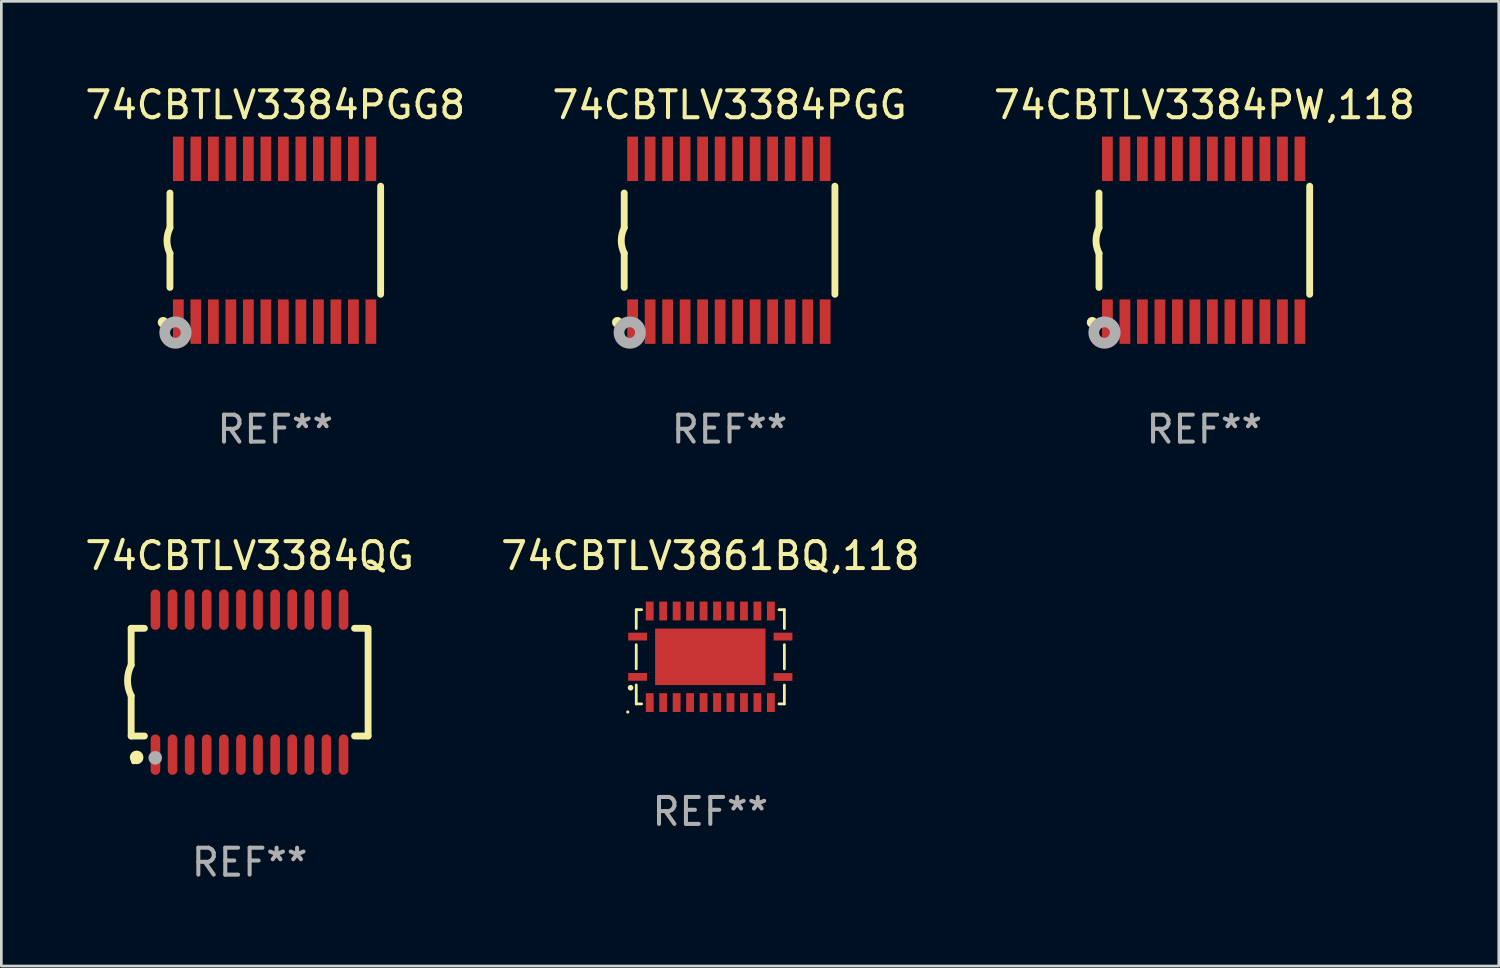
<source format=kicad_pcb>
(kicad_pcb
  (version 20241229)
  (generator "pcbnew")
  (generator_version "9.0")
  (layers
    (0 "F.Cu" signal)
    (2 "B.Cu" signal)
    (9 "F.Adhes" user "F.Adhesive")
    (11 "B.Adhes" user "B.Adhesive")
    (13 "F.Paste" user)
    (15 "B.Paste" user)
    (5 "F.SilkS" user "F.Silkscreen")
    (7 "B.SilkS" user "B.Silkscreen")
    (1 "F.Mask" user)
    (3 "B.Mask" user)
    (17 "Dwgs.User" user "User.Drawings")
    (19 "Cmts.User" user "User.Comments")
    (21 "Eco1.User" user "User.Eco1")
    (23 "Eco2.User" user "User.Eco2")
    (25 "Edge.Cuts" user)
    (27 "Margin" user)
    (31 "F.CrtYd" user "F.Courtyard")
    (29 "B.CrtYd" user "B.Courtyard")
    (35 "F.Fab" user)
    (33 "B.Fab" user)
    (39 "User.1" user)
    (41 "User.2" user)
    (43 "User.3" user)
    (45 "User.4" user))
  (footprint "74CBTLV3384QG"
    (layer "F.Cu")
    (at 6.22 22.282)
    (property "Reference" "74CBTLV3384QG" (at 0 -4.692 0) (layer "F.SilkS") (effects (font (size 1 1) (thickness 0.15))))
    (attr through_hole)
    (fp_line (start -4.399 -2) (end -4.399 -0.635) (stroke (width 0.254) (type solid)) (layer "F.SilkS"))
    (fp_line (start -4.399 -2) (end -3.907 -2) (stroke (width 0.254) (type solid)) (layer "F.SilkS"))
    (fp_line (start -4.399 2) (end -4.399 0.508) (stroke (width 0.254) (type solid)) (layer "F.SilkS"))
    (fp_line (start -4.399 2) (end -3.907 2) (stroke (width 0.254) (type solid)) (layer "F.SilkS"))
    (fp_line (start 3.896 -2) (end 4.313 -2) (stroke (width 0.254) (type solid)) (layer "F.SilkS"))
    (fp_line (start 3.896 2) (end 4.399 2) (stroke (width 0.254) (type solid)) (layer "F.SilkS"))
    (fp_line (start 4.399 2) (end 4.399 -2) (stroke (width 0.254) (type solid)) (layer "F.SilkS"))
    (fp_arc (start -4.399301 0.508001) (mid -4.534214 -0.0635) (end -4.399301 -0.635001) (stroke (width 0.254001) (type solid)) (layer "F.SilkS"))
    (fp_circle (center -4.305 2.95) (end -4.255 2.95) (stroke (width 0.1) (type solid)) (fill no) (layer "F.SilkS"))
    (fp_circle (center -4.196 2.794) (end -4.069 2.794) (stroke (width 0.254) (type solid)) (fill no) (layer "F.SilkS"))
    (fp_circle (center -3.505 2.81) (end -3.378 2.81) (stroke (width 0.254) (type solid)) (fill no) (layer "F.Fab"))
    (fp_text user "REF**" (at 0 6.692 0) (layer "F.Fab") (effects (font (size 1 1) (thickness 0.15))))
    (pad "1" smd oval (at -3.498 2.692 90) (size 1.5 0.356) (layers "F.Cu" "F.Mask" "F.Paste"))
    (pad "2" smd oval (at -2.863 2.692 90) (size 1.5 0.356) (layers "F.Cu" "F.Mask" "F.Paste"))
    (pad "3" smd oval (at -2.228 2.692 90) (size 1.5 0.356) (layers "F.Cu" "F.Mask" "F.Paste"))
    (pad "4" smd oval (at -1.593 2.692 90) (size 1.5 0.356) (layers "F.Cu" "F.Mask" "F.Paste"))
    (pad "5" smd oval (at -0.958 2.692 90) (size 1.5 0.356) (layers "F.Cu" "F.Mask" "F.Paste"))
    (pad "6" smd oval (at -0.323 2.692 90) (size 1.5 0.356) (layers "F.Cu" "F.Mask" "F.Paste"))
    (pad "7" smd oval (at 0.312 2.692 90) (size 1.5 0.356) (layers "F.Cu" "F.Mask" "F.Paste"))
    (pad "8" smd oval (at 0.947 2.692 90) (size 1.5 0.356) (layers "F.Cu" "F.Mask" "F.Paste"))
    (pad "9" smd oval (at 1.582 2.692 90) (size 1.5 0.356) (layers "F.Cu" "F.Mask" "F.Paste"))
    (pad "10" smd oval (at 2.217 2.692 90) (size 1.5 0.356) (layers "F.Cu" "F.Mask" "F.Paste"))
    (pad "11" smd oval (at 2.852 2.692 90) (size 1.5 0.356) (layers "F.Cu" "F.Mask" "F.Paste"))
    (pad "12" smd oval (at 3.487 2.692 90) (size 1.5 0.356) (layers "F.Cu" "F.Mask" "F.Paste"))
    (pad "13" smd oval (at 3.487 -2.692 90) (size 1.5 0.356) (layers "F.Cu" "F.Mask" "F.Paste"))
    (pad "14" smd oval (at 2.852 -2.692 90) (size 1.5 0.356) (layers "F.Cu" "F.Mask" "F.Paste"))
    (pad "15" smd oval (at 2.217 -2.692 90) (size 1.5 0.356) (layers "F.Cu" "F.Mask" "F.Paste"))
    (pad "16" smd oval (at 1.582 -2.692 90) (size 1.5 0.356) (layers "F.Cu" "F.Mask" "F.Paste"))
    (pad "17" smd oval (at 0.947 -2.692 90) (size 1.5 0.356) (layers "F.Cu" "F.Mask" "F.Paste"))
    (pad "18" smd oval (at 0.312 -2.692 90) (size 1.5 0.356) (layers "F.Cu" "F.Mask" "F.Paste"))
    (pad "19" smd oval (at -0.323 -2.692 90) (size 1.5 0.356) (layers "F.Cu" "F.Mask" "F.Paste"))
    (pad "20" smd oval (at -0.958 -2.692 90) (size 1.5 0.356) (layers "F.Cu" "F.Mask" "F.Paste"))
    (pad "21" smd oval (at -1.593 -2.692 90) (size 1.5 0.356) (layers "F.Cu" "F.Mask" "F.Paste"))
    (pad "22" smd oval (at -2.228 -2.692 90) (size 1.5 0.356) (layers "F.Cu" "F.Mask" "F.Paste"))
    (pad "23" smd oval (at -2.863 -2.692 90) (size 1.5 0.356) (layers "F.Cu" "F.Mask" "F.Paste"))
    (pad "24" smd oval (at -3.498 -2.692 90) (size 1.5 0.356) (layers "F.Cu" "F.Mask" "F.Paste")))
  (footprint "74CBTLV3384PW,118"
    (layer "F.Cu")
    (at 41.673 5.871)
    (property "Reference" "74CBTLV3384PW,118" (at 0 -5.023 0) (layer "F.SilkS") (effects (font (size 1 1) (thickness 0.15))))
    (attr through_hole)
    (fp_line (start -3.912 -0.483) (end -3.912 -1.753) (stroke (width 0.254) (type solid)) (layer "F.SilkS"))
    (fp_line (start -3.912 1.753) (end -3.912 0.483) (stroke (width 0.254) (type solid)) (layer "F.SilkS"))
    (fp_line (start 3.912 -2.007) (end 3.912 2.007) (stroke (width 0.254) (type solid)) (layer "F.SilkS"))
    (fp_arc (start -3.911608 0.482601) (mid -4.022537 0.0127) (end -3.911608 -0.457201) (stroke (width 0.254001) (type solid)) (layer "F.SilkS"))
    (fp_circle (center -4.166 3.048) (end -4.066 3.048) (stroke (width 0.2) (type solid)) (fill no) (layer "F.SilkS"))
    (fp_circle (center -3.925 3.186) (end -3.895 3.186) (stroke (width 0.06) (type solid)) (fill no) (layer "F.SilkS"))
    (fp_circle (center -3.708 3.429) (end -3.509 3.429) (stroke (width 0.4) (type solid)) (fill no) (layer "F.Fab"))
    (fp_text user "REF**" (at 0 7.023 0) (layer "F.Fab") (effects (font (size 1 1) (thickness 0.15))))
    (pad "1" smd rect (at -3.6 3.023) (size 0.4 1.65) (layers "F.Cu" "F.Mask" "F.Paste"))
    (pad "2" smd rect (at -2.95 3.023) (size 0.4 1.65) (layers "F.Cu" "F.Mask" "F.Paste"))
    (pad "3" smd rect (at -2.3 3.023) (size 0.4 1.65) (layers "F.Cu" "F.Mask" "F.Paste"))
    (pad "4" smd rect (at -1.65 3.023) (size 0.4 1.65) (layers "F.Cu" "F.Mask" "F.Paste"))
    (pad "5" smd rect (at -1 3.023) (size 0.4 1.65) (layers "F.Cu" "F.Mask" "F.Paste"))
    (pad "6" smd rect (at -0.35 3.023) (size 0.4 1.65) (layers "F.Cu" "F.Mask" "F.Paste"))
    (pad "7" smd rect (at 0.299 3.023) (size 0.4 1.65) (layers "F.Cu" "F.Mask" "F.Paste"))
    (pad "8" smd rect (at 0.95 3.023) (size 0.4 1.65) (layers "F.Cu" "F.Mask" "F.Paste"))
    (pad "9" smd rect (at 1.6 3.023) (size 0.4 1.65) (layers "F.Cu" "F.Mask" "F.Paste"))
    (pad "10" smd rect (at 2.25 3.023) (size 0.4 1.65) (layers "F.Cu" "F.Mask" "F.Paste"))
    (pad "11" smd rect (at 2.9 3.023) (size 0.4 1.65) (layers "F.Cu" "F.Mask" "F.Paste"))
    (pad "12" smd rect (at 3.549 3.023) (size 0.4 1.65) (layers "F.Cu" "F.Mask" "F.Paste"))
    (pad "13" smd rect (at 3.549 -3.023) (size 0.4 1.65) (layers "F.Cu" "F.Mask" "F.Paste"))
    (pad "14" smd rect (at 2.9 -3.023) (size 0.4 1.65) (layers "F.Cu" "F.Mask" "F.Paste"))
    (pad "15" smd rect (at 2.25 -3.023) (size 0.4 1.65) (layers "F.Cu" "F.Mask" "F.Paste"))
    (pad "16" smd rect (at 1.6 -3.023) (size 0.4 1.65) (layers "F.Cu" "F.Mask" "F.Paste"))
    (pad "17" smd rect (at 0.95 -3.023) (size 0.4 1.65) (layers "F.Cu" "F.Mask" "F.Paste"))
    (pad "18" smd rect (at 0.299 -3.023) (size 0.4 1.65) (layers "F.Cu" "F.Mask" "F.Paste"))
    (pad "19" smd rect (at -0.35 -3.023) (size 0.4 1.65) (layers "F.Cu" "F.Mask" "F.Paste"))
    (pad "20" smd rect (at -1 -3.023) (size 0.4 1.65) (layers "F.Cu" "F.Mask" "F.Paste"))
    (pad "21" smd rect (at -1.65 -3.023) (size 0.4 1.65) (layers "F.Cu" "F.Mask" "F.Paste"))
    (pad "22" smd rect (at -2.3 -3.023) (size 0.4 1.65) (layers "F.Cu" "F.Mask" "F.Paste"))
    (pad "23" smd rect (at -2.95 -3.023) (size 0.4 1.65) (layers "F.Cu" "F.Mask" "F.Paste"))
    (pad "24" smd rect (at -3.6 -3.023) (size 0.4 1.65) (layers "F.Cu" "F.Mask" "F.Paste")))
  (footprint "74CBTLV3861BQ,118"
    (layer "F.Cu")
    (at 23.327 21.34)
    (property "Reference" "74CBTLV3861BQ,118" (at 0 -3.75 0) (layer "F.SilkS") (effects (font (size 1 1) (thickness 0.15))))
    (attr through_hole)
    (fp_line (start -2.75 -1.75) (end -2.75 -1.05) (stroke (width 0.102) (type solid)) (layer "F.SilkS"))
    (fp_line (start -2.75 -1.75) (end -2.55 -1.75) (stroke (width 0.102) (type solid)) (layer "F.SilkS"))
    (fp_line (start -2.75 -0.45) (end -2.75 0.445) (stroke (width 0.102) (type solid)) (layer "F.SilkS"))
    (fp_line (start -2.75 1.75) (end -2.75 1.045) (stroke (width 0.102) (type solid)) (layer "F.SilkS"))
    (fp_line (start -2.55 1.75) (end -2.75 1.75) (stroke (width 0.102) (type solid)) (layer "F.SilkS"))
    (fp_line (start 2.55 -1.75) (end 2.75 -1.75) (stroke (width 0.102) (type solid)) (layer "F.SilkS"))
    (fp_line (start 2.75 -1.75) (end 2.75 -1.05) (stroke (width 0.102) (type solid)) (layer "F.SilkS"))
    (fp_line (start 2.75 -0.45) (end 2.75 0.45) (stroke (width 0.102) (type solid)) (layer "F.SilkS"))
    (fp_line (start 2.75 1.05) (end 2.75 1.75) (stroke (width 0.102) (type solid)) (layer "F.SilkS"))
    (fp_line (start 2.75 1.75) (end 2.55 1.75) (stroke (width 0.102) (type solid)) (layer "F.SilkS"))
    (fp_circle (center -3.065 2.05) (end -3.035 2.05) (stroke (width 0.06) (type solid)) (fill no) (layer "F.SilkS"))
    (fp_circle (center -2.96 1.15) (end -2.906 1.15) (stroke (width 0.102) (type solid)) (fill no) (layer "F.SilkS"))
    (fp_text user "REF**" (at 0 5.75 0) (layer "F.Fab") (effects (font (size 1 1) (thickness 0.15))))
    (pad "1" smd rect (at -2.7 0.745 90) (size 0.29 0.7) (layers "F.Cu" "F.Mask" "F.Paste"))
    (pad "2" smd rect (at -2.25 1.7) (size 0.29 0.7) (layers "F.Cu" "F.Mask" "F.Paste"))
    (pad "3" smd rect (at -1.75 1.7) (size 0.29 0.7) (layers "F.Cu" "F.Mask" "F.Paste"))
    (pad "4" smd rect (at -1.25 1.7) (size 0.29 0.7) (layers "F.Cu" "F.Mask" "F.Paste"))
    (pad "5" smd rect (at -0.75 1.7) (size 0.29 0.7) (layers "F.Cu" "F.Mask" "F.Paste"))
    (pad "6" smd rect (at -0.25 1.7) (size 0.29 0.7) (layers "F.Cu" "F.Mask" "F.Paste"))
    (pad "7" smd rect (at 0.25 1.7) (size 0.29 0.7) (layers "F.Cu" "F.Mask" "F.Paste"))
    (pad "8" smd rect (at 0.75 1.7) (size 0.29 0.7) (layers "F.Cu" "F.Mask" "F.Paste"))
    (pad "9" smd rect (at 1.25 1.7) (size 0.29 0.7) (layers "F.Cu" "F.Mask" "F.Paste"))
    (pad "10" smd rect (at 1.75 1.7) (size 0.29 0.7) (layers "F.Cu" "F.Mask" "F.Paste"))
    (pad "11" smd rect (at 2.25 1.7) (size 0.29 0.7) (layers "F.Cu" "F.Mask" "F.Paste"))
    (pad "12" smd rect (at 2.7 0.75 90) (size 0.29 0.7) (layers "F.Cu" "F.Mask" "F.Paste"))
    (pad "13" smd rect (at 2.7 -0.75 90) (size 0.29 0.7) (layers "F.Cu" "F.Mask" "F.Paste"))
    (pad "14" smd rect (at 2.25 -1.7 180) (size 0.29 0.7) (layers "F.Cu" "F.Mask" "F.Paste"))
    (pad "15" smd rect (at 1.75 -1.7 180) (size 0.29 0.7) (layers "F.Cu" "F.Mask" "F.Paste"))
    (pad "16" smd rect (at 1.25 -1.7 180) (size 0.29 0.7) (layers "F.Cu" "F.Mask" "F.Paste"))
    (pad "17" smd rect (at 0.75 -1.7 180) (size 0.29 0.7) (layers "F.Cu" "F.Mask" "F.Paste"))
    (pad "18" smd rect (at 0.25 -1.7 180) (size 0.29 0.7) (layers "F.Cu" "F.Mask" "F.Paste"))
    (pad "19" smd rect (at -0.25 -1.7 180) (size 0.29 0.7) (layers "F.Cu" "F.Mask" "F.Paste"))
    (pad "20" smd rect (at -0.75 -1.7 180) (size 0.29 0.7) (layers "F.Cu" "F.Mask" "F.Paste"))
    (pad "21" smd rect (at -1.25 -1.7 180) (size 0.29 0.7) (layers "F.Cu" "F.Mask" "F.Paste"))
    (pad "22" smd rect (at -1.75 -1.7 180) (size 0.29 0.7) (layers "F.Cu" "F.Mask" "F.Paste"))
    (pad "23" smd rect (at -2.25 -1.7 180) (size 0.29 0.7) (layers "F.Cu" "F.Mask" "F.Paste"))
    (pad "24" smd rect (at -2.7 -0.75 270) (size 0.29 0.7) (layers "F.Cu" "F.Mask" "F.Paste"))
    (pad "25" smd rect (at 0 0) (size 4.1 2.1) (layers "F.Cu" "F.Mask" "F.Paste")))
  (footprint "74CBTLV3384PGG8"
    (layer "F.Cu")
    (at 7.173 5.871)
    (property "Reference" "74CBTLV3384PGG8" (at 0 -5.023 0) (layer "F.SilkS") (effects (font (size 1 1) (thickness 0.15))))
    (attr through_hole)
    (fp_line (start -3.912 -0.483) (end -3.912 -1.753) (stroke (width 0.254) (type solid)) (layer "F.SilkS"))
    (fp_line (start -3.912 1.753) (end -3.912 0.483) (stroke (width 0.254) (type solid)) (layer "F.SilkS"))
    (fp_line (start 3.912 -2.007) (end 3.912 2.007) (stroke (width 0.254) (type solid)) (layer "F.SilkS"))
    (fp_arc (start -3.911608 0.482601) (mid -4.022537 0.0127) (end -3.911608 -0.457201) (stroke (width 0.254001) (type solid)) (layer "F.SilkS"))
    (fp_circle (center -4.166 3.048) (end -4.066 3.048) (stroke (width 0.2) (type solid)) (fill no) (layer "F.SilkS"))
    (fp_circle (center -3.925 3.186) (end -3.895 3.186) (stroke (width 0.06) (type solid)) (fill no) (layer "F.SilkS"))
    (fp_circle (center -3.708 3.429) (end -3.509 3.429) (stroke (width 0.4) (type solid)) (fill no) (layer "F.Fab"))
    (fp_text user "REF**" (at 0 7.023 0) (layer "F.Fab") (effects (font (size 1 1) (thickness 0.15))))
    (pad "1" smd rect (at -3.6 3.023) (size 0.4 1.65) (layers "F.Cu" "F.Mask" "F.Paste"))
    (pad "2" smd rect (at -2.95 3.023) (size 0.4 1.65) (layers "F.Cu" "F.Mask" "F.Paste"))
    (pad "3" smd rect (at -2.3 3.023) (size 0.4 1.65) (layers "F.Cu" "F.Mask" "F.Paste"))
    (pad "4" smd rect (at -1.65 3.023) (size 0.4 1.65) (layers "F.Cu" "F.Mask" "F.Paste"))
    (pad "5" smd rect (at -1 3.023) (size 0.4 1.65) (layers "F.Cu" "F.Mask" "F.Paste"))
    (pad "6" smd rect (at -0.35 3.023) (size 0.4 1.65) (layers "F.Cu" "F.Mask" "F.Paste"))
    (pad "7" smd rect (at 0.299 3.023) (size 0.4 1.65) (layers "F.Cu" "F.Mask" "F.Paste"))
    (pad "8" smd rect (at 0.95 3.023) (size 0.4 1.65) (layers "F.Cu" "F.Mask" "F.Paste"))
    (pad "9" smd rect (at 1.6 3.023) (size 0.4 1.65) (layers "F.Cu" "F.Mask" "F.Paste"))
    (pad "10" smd rect (at 2.25 3.023) (size 0.4 1.65) (layers "F.Cu" "F.Mask" "F.Paste"))
    (pad "11" smd rect (at 2.9 3.023) (size 0.4 1.65) (layers "F.Cu" "F.Mask" "F.Paste"))
    (pad "12" smd rect (at 3.549 3.023) (size 0.4 1.65) (layers "F.Cu" "F.Mask" "F.Paste"))
    (pad "13" smd rect (at 3.549 -3.023) (size 0.4 1.65) (layers "F.Cu" "F.Mask" "F.Paste"))
    (pad "14" smd rect (at 2.9 -3.023) (size 0.4 1.65) (layers "F.Cu" "F.Mask" "F.Paste"))
    (pad "15" smd rect (at 2.25 -3.023) (size 0.4 1.65) (layers "F.Cu" "F.Mask" "F.Paste"))
    (pad "16" smd rect (at 1.6 -3.023) (size 0.4 1.65) (layers "F.Cu" "F.Mask" "F.Paste"))
    (pad "17" smd rect (at 0.95 -3.023) (size 0.4 1.65) (layers "F.Cu" "F.Mask" "F.Paste"))
    (pad "18" smd rect (at 0.299 -3.023) (size 0.4 1.65) (layers "F.Cu" "F.Mask" "F.Paste"))
    (pad "19" smd rect (at -0.35 -3.023) (size 0.4 1.65) (layers "F.Cu" "F.Mask" "F.Paste"))
    (pad "20" smd rect (at -1 -3.023) (size 0.4 1.65) (layers "F.Cu" "F.Mask" "F.Paste"))
    (pad "21" smd rect (at -1.65 -3.023) (size 0.4 1.65) (layers "F.Cu" "F.Mask" "F.Paste"))
    (pad "22" smd rect (at -2.3 -3.023) (size 0.4 1.65) (layers "F.Cu" "F.Mask" "F.Paste"))
    (pad "23" smd rect (at -2.95 -3.023) (size 0.4 1.65) (layers "F.Cu" "F.Mask" "F.Paste"))
    (pad "24" smd rect (at -3.6 -3.023) (size 0.4 1.65) (layers "F.Cu" "F.Mask" "F.Paste")))
  (footprint "74CBTLV3384PGG"
    (layer "F.Cu")
    (at 24.042 5.871)
    (property "Reference" "74CBTLV3384PGG" (at 0 -5.023 0) (layer "F.SilkS") (effects (font (size 1 1) (thickness 0.15))))
    (attr through_hole)
    (fp_line (start -3.912 -0.483) (end -3.912 -1.753) (stroke (width 0.254) (type solid)) (layer "F.SilkS"))
    (fp_line (start -3.912 1.753) (end -3.912 0.483) (stroke (width 0.254) (type solid)) (layer "F.SilkS"))
    (fp_line (start 3.912 -2.007) (end 3.912 2.007) (stroke (width 0.254) (type solid)) (layer "F.SilkS"))
    (fp_arc (start -3.911608 0.482601) (mid -4.022537 0.0127) (end -3.911608 -0.457201) (stroke (width 0.254001) (type solid)) (layer "F.SilkS"))
    (fp_circle (center -4.166 3.048) (end -4.066 3.048) (stroke (width 0.2) (type solid)) (fill no) (layer "F.SilkS"))
    (fp_circle (center -3.925 3.186) (end -3.895 3.186) (stroke (width 0.06) (type solid)) (fill no) (layer "F.SilkS"))
    (fp_circle (center -3.708 3.429) (end -3.509 3.429) (stroke (width 0.4) (type solid)) (fill no) (layer "F.Fab"))
    (fp_text user "REF**" (at 0 7.023 0) (layer "F.Fab") (effects (font (size 1 1) (thickness 0.15))))
    (pad "1" smd rect (at -3.6 3.023) (size 0.4 1.65) (layers "F.Cu" "F.Mask" "F.Paste"))
    (pad "2" smd rect (at -2.95 3.023) (size 0.4 1.65) (layers "F.Cu" "F.Mask" "F.Paste"))
    (pad "3" smd rect (at -2.3 3.023) (size 0.4 1.65) (layers "F.Cu" "F.Mask" "F.Paste"))
    (pad "4" smd rect (at -1.65 3.023) (size 0.4 1.65) (layers "F.Cu" "F.Mask" "F.Paste"))
    (pad "5" smd rect (at -1 3.023) (size 0.4 1.65) (layers "F.Cu" "F.Mask" "F.Paste"))
    (pad "6" smd rect (at -0.35 3.023) (size 0.4 1.65) (layers "F.Cu" "F.Mask" "F.Paste"))
    (pad "7" smd rect (at 0.299 3.023) (size 0.4 1.65) (layers "F.Cu" "F.Mask" "F.Paste"))
    (pad "8" smd rect (at 0.95 3.023) (size 0.4 1.65) (layers "F.Cu" "F.Mask" "F.Paste"))
    (pad "9" smd rect (at 1.6 3.023) (size 0.4 1.65) (layers "F.Cu" "F.Mask" "F.Paste"))
    (pad "10" smd rect (at 2.25 3.023) (size 0.4 1.65) (layers "F.Cu" "F.Mask" "F.Paste"))
    (pad "11" smd rect (at 2.9 3.023) (size 0.4 1.65) (layers "F.Cu" "F.Mask" "F.Paste"))
    (pad "12" smd rect (at 3.549 3.023) (size 0.4 1.65) (layers "F.Cu" "F.Mask" "F.Paste"))
    (pad "13" smd rect (at 3.549 -3.023) (size 0.4 1.65) (layers "F.Cu" "F.Mask" "F.Paste"))
    (pad "14" smd rect (at 2.9 -3.023) (size 0.4 1.65) (layers "F.Cu" "F.Mask" "F.Paste"))
    (pad "15" smd rect (at 2.25 -3.023) (size 0.4 1.65) (layers "F.Cu" "F.Mask" "F.Paste"))
    (pad "16" smd rect (at 1.6 -3.023) (size 0.4 1.65) (layers "F.Cu" "F.Mask" "F.Paste"))
    (pad "17" smd rect (at 0.95 -3.023) (size 0.4 1.65) (layers "F.Cu" "F.Mask" "F.Paste"))
    (pad "18" smd rect (at 0.299 -3.023) (size 0.4 1.65) (layers "F.Cu" "F.Mask" "F.Paste"))
    (pad "19" smd rect (at -0.35 -3.023) (size 0.4 1.65) (layers "F.Cu" "F.Mask" "F.Paste"))
    (pad "20" smd rect (at -1 -3.023) (size 0.4 1.65) (layers "F.Cu" "F.Mask" "F.Paste"))
    (pad "21" smd rect (at -1.65 -3.023) (size 0.4 1.65) (layers "F.Cu" "F.Mask" "F.Paste"))
    (pad "22" smd rect (at -2.3 -3.023) (size 0.4 1.65) (layers "F.Cu" "F.Mask" "F.Paste"))
    (pad "23" smd rect (at -2.95 -3.023) (size 0.4 1.65) (layers "F.Cu" "F.Mask" "F.Paste"))
    (pad "24" smd rect (at -3.6 -3.023) (size 0.4 1.65) (layers "F.Cu" "F.Mask" "F.Paste")))
  (gr_rect
    (start -3 -3)
    (end 52.607 32.823)
    (stroke (width 0.1) (type default))
    (fill no)
    (layer "Edge.Cuts")))
</source>
